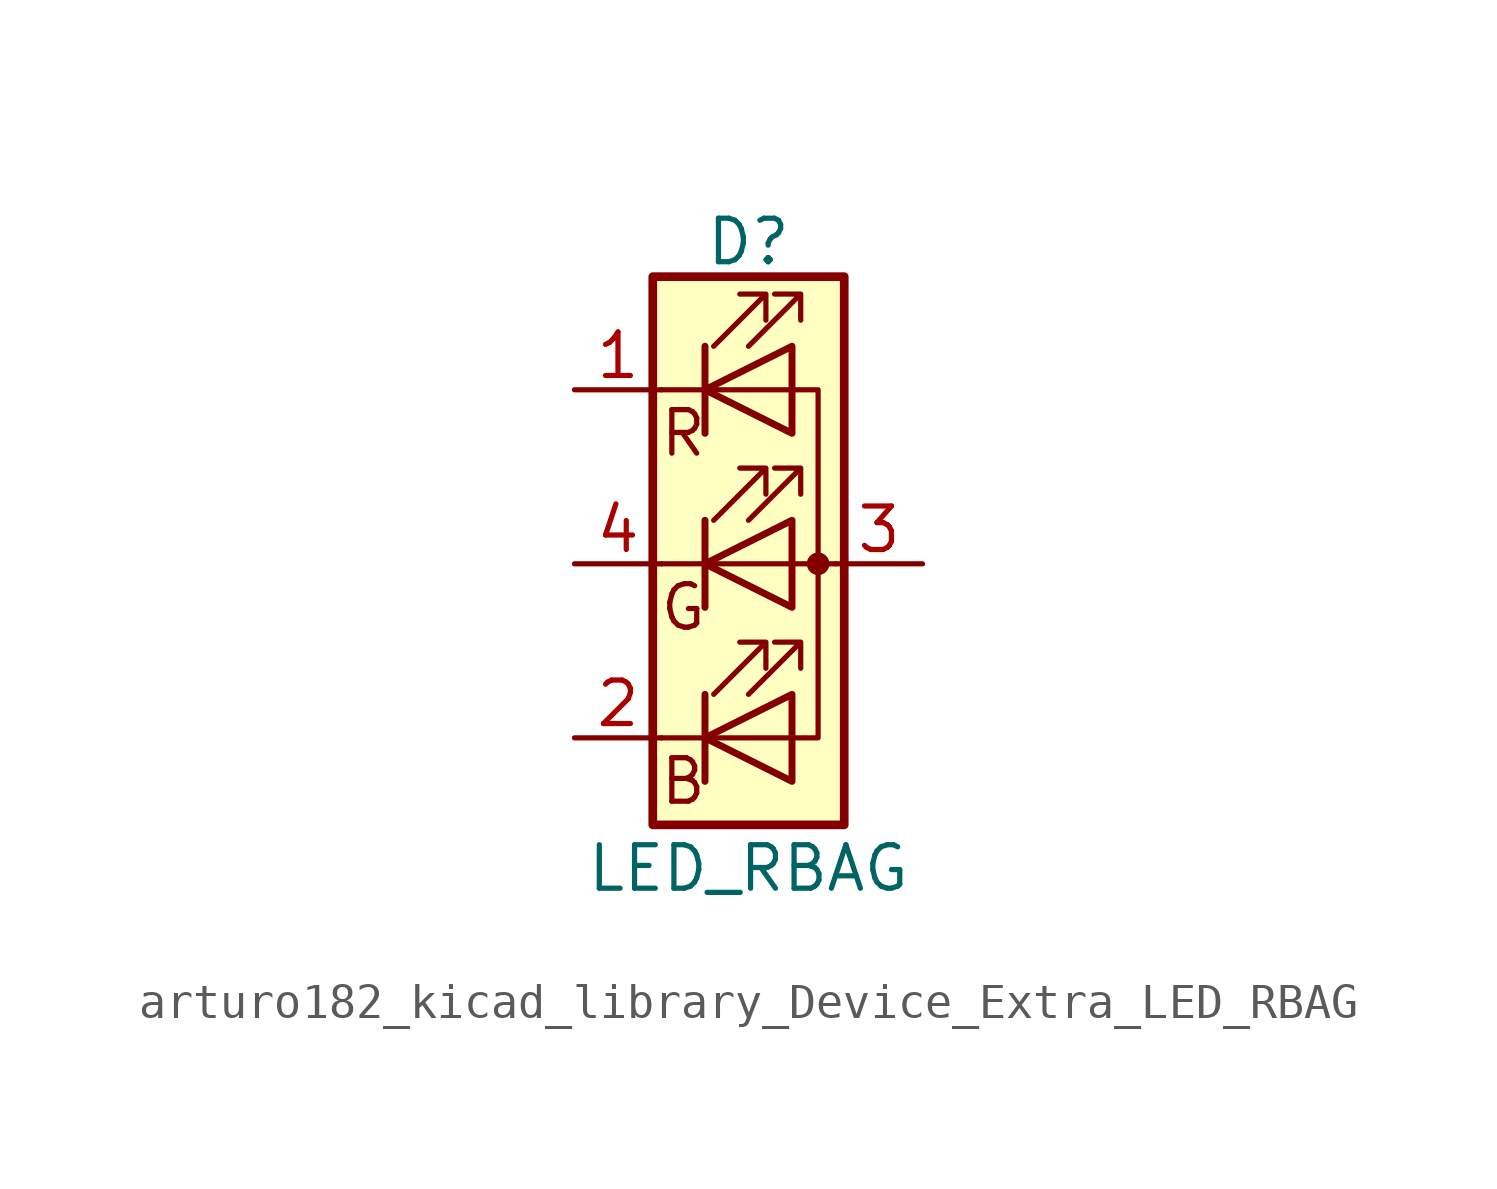
<source format=kicad_sym>
(kicad_symbol_lib
  (version 20220914)
  (generator kicad_symbol_editor)
  (symbol "arturo182_kicad_library_Device_Extra_LED_RBAG"
    (pin_names
      (offset 0) hide)
    (property "Reference" "D"
      (at 0 9.398 0)
      (effects (font (size 1.27 1.27))))
    (property "Value" "LED_RBAG"
      (at 0 -8.89 0)
      (effects (font (size 1.27 1.27))))
    (symbol "arturo182_kicad_library_Device_Extra_LED_RBAG_0_0"
      (text "B" (at -1.905 -6.35 0) (effects (font (size 1.27 1.27))))
      (text "G" (at -1.905 -1.27 0) (effects (font (size 1.27 1.27))))
      (text "R" (at -1.905 3.81 0) (effects (font (size 1.27 1.27)))))
    (symbol "arturo182_kicad_library_Device_Extra_LED_RBAG_0_1"
      (polyline (pts (xy -1.27 -5.08) (xy -2.54 -5.08)) (stroke (width 0) (type default)) (fill (type none)))
      (polyline (pts (xy -1.27 -5.08) (xy 1.27 -5.08)) (stroke (width 0) (type default)) (fill (type none)))
      (polyline (pts (xy -1.27 -3.81) (xy -1.27 -6.35)) (stroke (width 0) (type default)) (fill (type none)))
      (polyline (pts (xy -1.27 -3.81) (xy -1.27 -6.35)) (stroke (width 0.203) (type default)) (fill (type none)))
      (polyline (pts (xy -1.27 0) (xy -2.54 0)) (stroke (width 0) (type default)) (fill (type none)))
      (polyline (pts (xy -1.27 0) (xy 1.27 0)) (stroke (width 0) (type default)) (fill (type none)))
      (polyline (pts (xy -1.27 1.27) (xy -1.27 -1.27)) (stroke (width 0.203) (type default)) (fill (type none)))
      (polyline (pts (xy -1.27 5.08) (xy -2.54 5.08)) (stroke (width 0) (type default)) (fill (type none)))
      (polyline (pts (xy -1.27 6.35) (xy -1.27 3.81)) (stroke (width 0.203) (type default)) (fill (type none)))
      (polyline (pts (xy 1.27 0) (xy 2.54 0)) (stroke (width 0) (type default)) (fill (type none)))
      (polyline (pts (xy 1.27 5.08) (xy -1.27 5.08)) (stroke (width 0) (type default)) (fill (type none)))
      (polyline (pts (xy -1.27 1.27) (xy -1.27 -1.27) (xy -1.27 -1.27)) (stroke (width 0) (type default)) (fill (type none)))
      (polyline (pts (xy -1.27 6.35) (xy -1.27 3.81) (xy -1.27 3.81)) (stroke (width 0) (type default)) (fill (type none)))
      (polyline (pts (xy 1.27 -5.08) (xy 2.032 -5.08) (xy 2.032 5.08) (xy 1.27 5.08)) (stroke (width 0) (type default)) (fill (type none)))
      (polyline (pts (xy 1.27 -3.81) (xy 1.27 -6.35) (xy -1.27 -5.08) (xy 1.27 -3.81)) (stroke (width 0.203) (type default)) (fill (type none)))
      (polyline (pts (xy 1.27 1.27) (xy 1.27 -1.27) (xy -1.27 0) (xy 1.27 1.27)) (stroke (width 0.203) (type default)) (fill (type none)))
      (polyline (pts (xy 1.27 6.35) (xy 1.27 3.81) (xy -1.27 5.08) (xy 1.27 6.35)) (stroke (width 0.203) (type default)) (fill (type none)))
      (polyline (pts (xy -1.016 -3.81) (xy 0.508 -2.286) (xy -0.254 -2.286) (xy 0.508 -2.286) (xy 0.508 -3.048)) (stroke (width 0) (type default)) (fill (type none)))
      (polyline (pts (xy -1.016 1.27) (xy 0.508 2.794) (xy -0.254 2.794) (xy 0.508 2.794) (xy 0.508 2.032)) (stroke (width 0) (type default)) (fill (type none)))
      (polyline (pts (xy -1.016 6.35) (xy 0.508 7.874) (xy -0.254 7.874) (xy 0.508 7.874) (xy 0.508 7.112)) (stroke (width 0) (type default)) (fill (type none)))
      (polyline (pts (xy 0 -3.81) (xy 1.524 -2.286) (xy 0.762 -2.286) (xy 1.524 -2.286) (xy 1.524 -3.048)) (stroke (width 0) (type default)) (fill (type none)))
      (polyline (pts (xy 0 1.27) (xy 1.524 2.794) (xy 0.762 2.794) (xy 1.524 2.794) (xy 1.524 2.032)) (stroke (width 0) (type default)) (fill (type none)))
      (polyline (pts (xy 0 6.35) (xy 1.524 7.874) (xy 0.762 7.874) (xy 1.524 7.874) (xy 1.524 7.112)) (stroke (width 0) (type default)) (fill (type none)))
      (rectangle (start 1.27 -1.27) (end 1.27 1.27) (stroke (width 0) (type default)) (fill (type none)))
      (rectangle (start 1.27 1.27) (end 1.27 1.27) (stroke (width 0) (type default)) (fill (type none)))
      (rectangle (start 1.27 3.81) (end 1.27 6.35) (stroke (width 0) (type default)) (fill (type none)))
      (rectangle (start 1.27 6.35) (end 1.27 6.35) (stroke (width 0) (type default)) (fill (type none)))
      (circle (center 2.032 0) (radius 0.254) (stroke (width 0) (type default)) (fill (type outline)))
      (rectangle (start 2.794 8.382) (end -2.794 -7.62) (stroke (width 0.254) (type default)) (fill (type background))))
    (symbol "arturo182_kicad_library_Device_Extra_LED_RBAG_1_1"
      (pin passive line (at -5.08 5.08 0) (length 2.54) (name "RK" (effects (font (size 1.27 1.27)))) (number "1" (effects (font (size 1.27 1.27)))))
      (pin passive line (at -5.08 -5.08 0) (length 2.54) (name "BK" (effects (font (size 1.27 1.27)))) (number "2" (effects (font (size 1.27 1.27)))))
      (pin passive line (at 5.08 0 180) (length 2.54) (name "A" (effects (font (size 1.27 1.27)))) (number "3" (effects (font (size 1.27 1.27)))))
      (pin passive line (at -5.08 0 0) (length 2.54) (name "GK" (effects (font (size 1.27 1.27)))) (number "4" (effects (font (size 1.27 1.27))))))))
</source>
